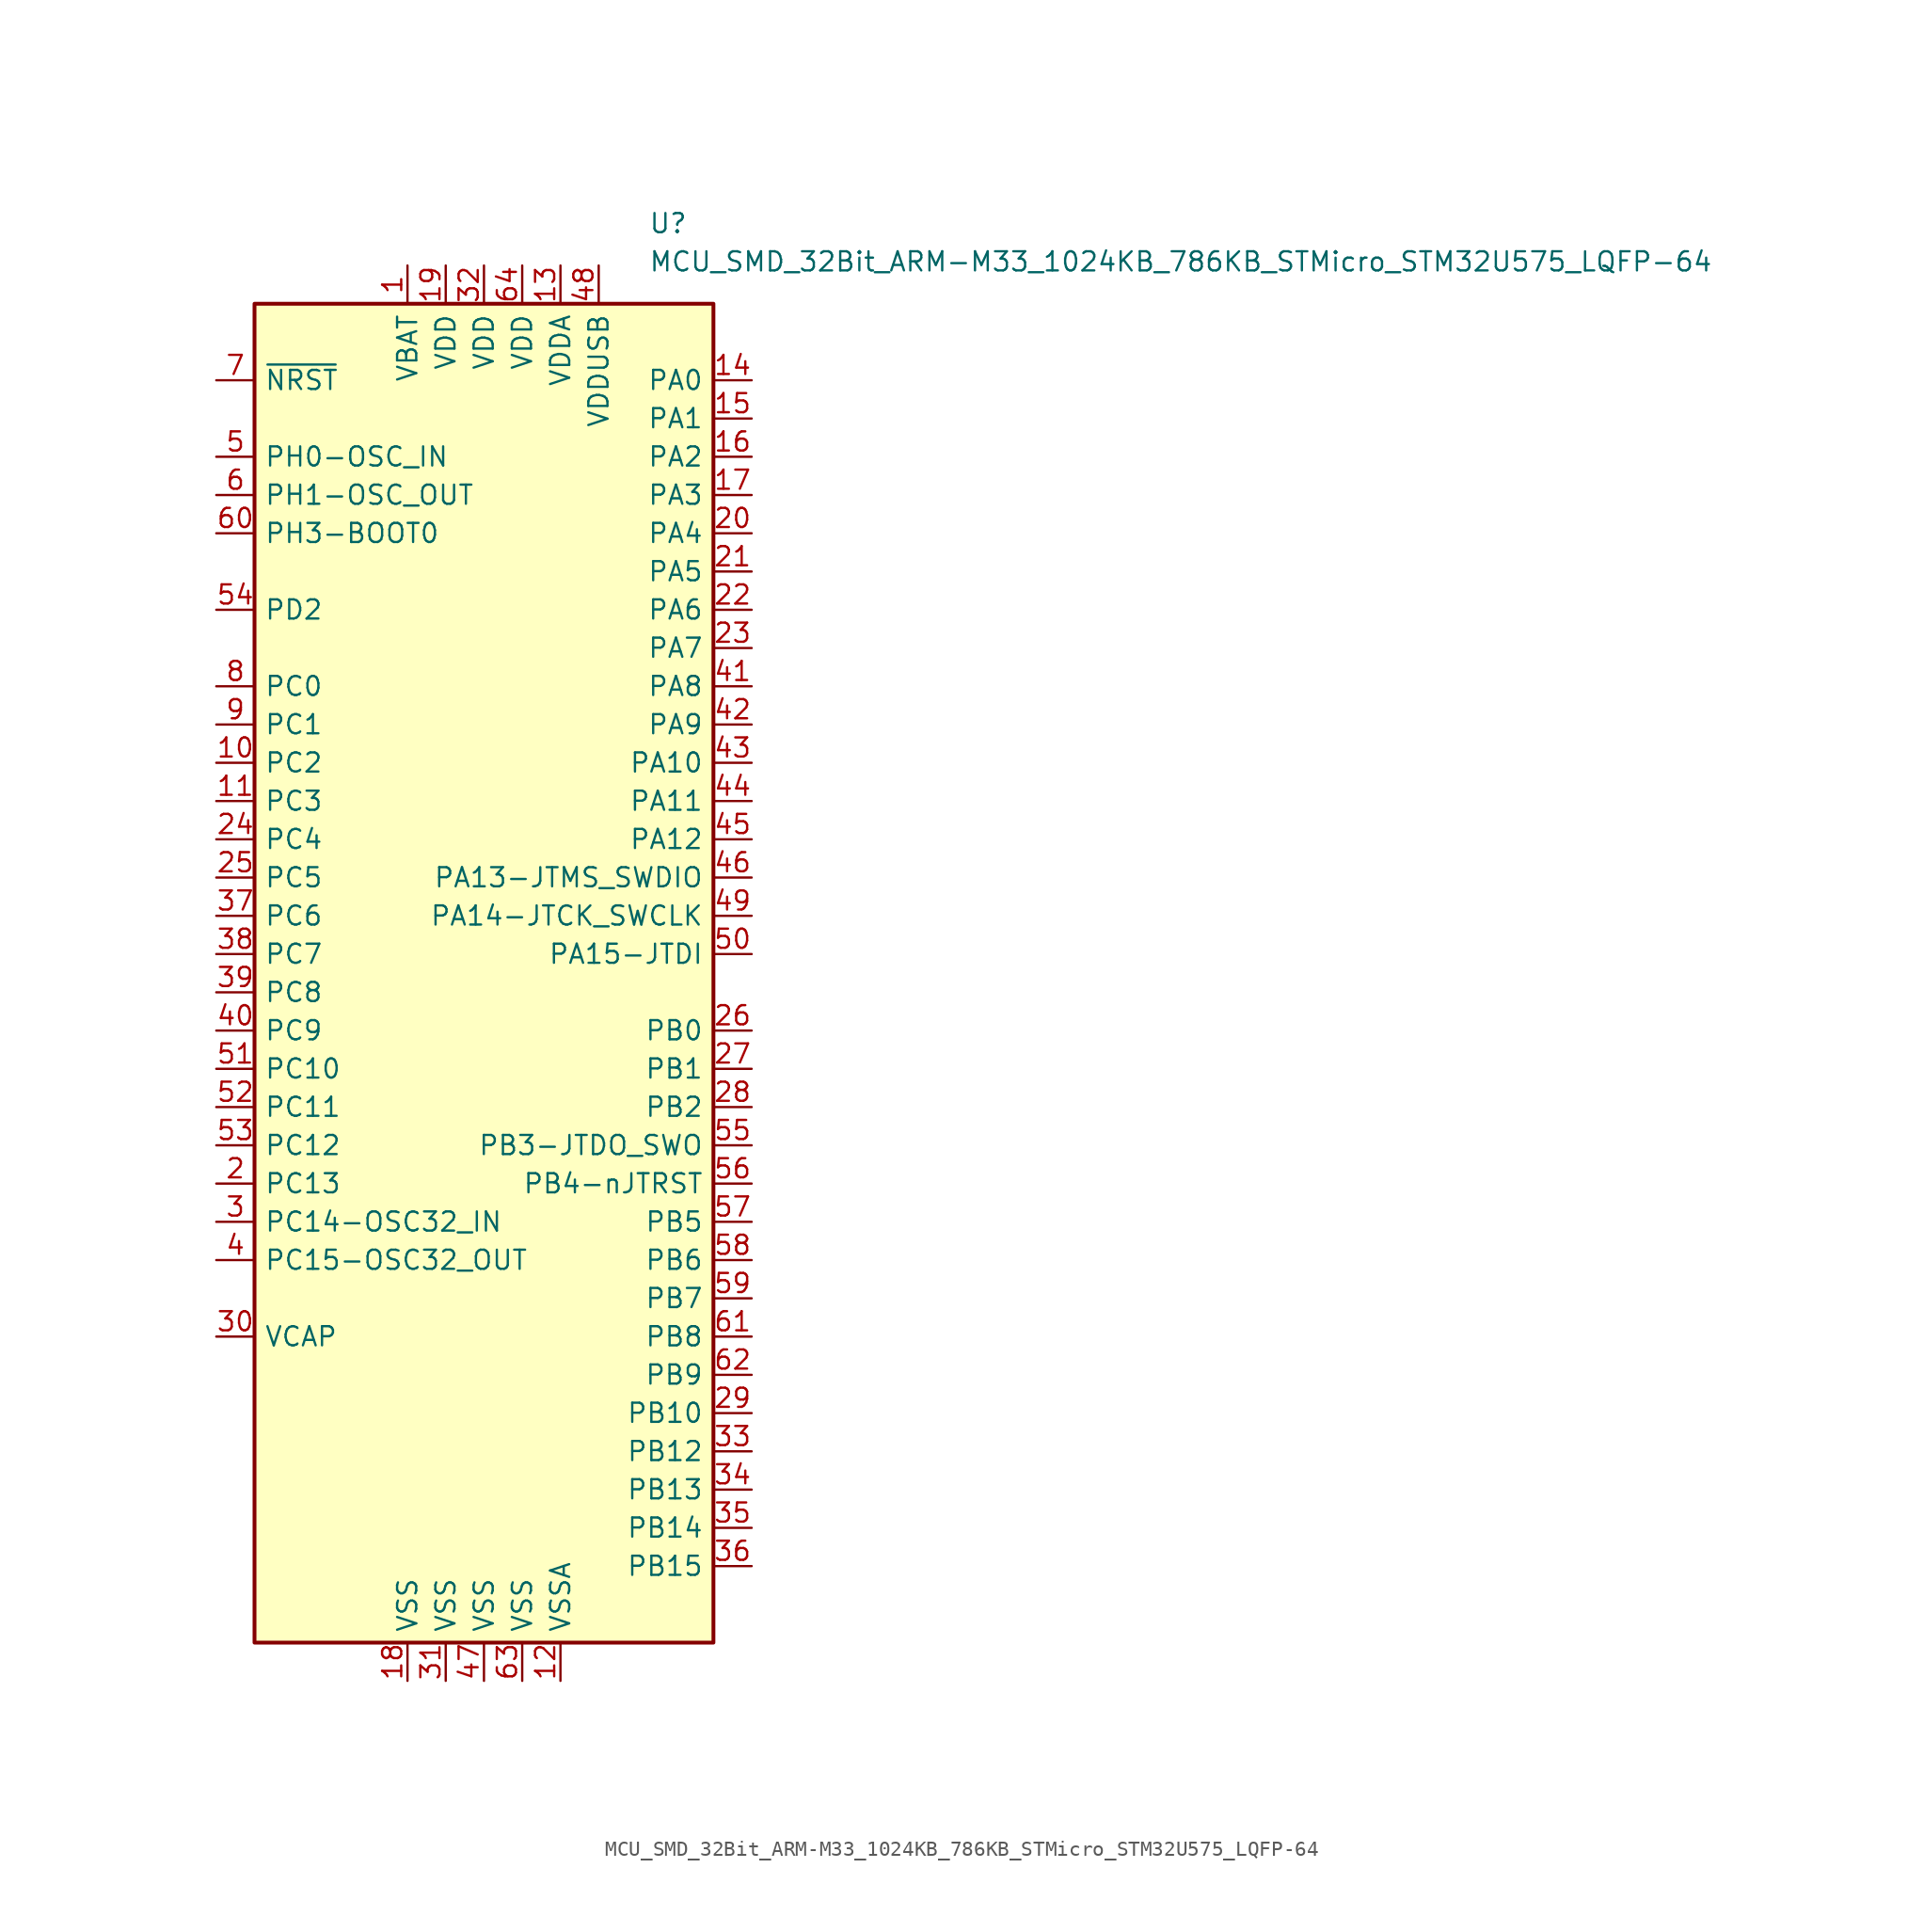
<source format=kicad_sym>
(kicad_symbol_lib
  (version 20241209)
  (generator "kicad_symbol_editor")
  (generator_version "9.0")
  (symbol "MCU_SMD_32Bit_ARM-M33_1024KB_786KB_STMicro_STM32U575_LQFP-64"
    (pin_names
      (offset 0.635))
    (property "Reference" "U"
      (at 10.922 49.784 0)
      (effects (font (size 1.27 1.27)) (justify left)))
    (property "Value" "MCU_SMD_32Bit_ARM-M33_1024KB_786KB_STMicro_STM32U575_LQFP-64"
      (at 10.922 47.244 0)
      (effects (font (size 1.27 1.27)) (justify left)))
    (symbol "MCU_SMD_32Bit_ARM-M33_1024KB_786KB_STMicro_STM32U575_LQFP-64_0_1"
      (rectangle (start -15.24 44.45) (end 15.24 -44.45) (stroke (width 0.254) (type default)) (fill (type background))))
    (symbol "MCU_SMD_32Bit_ARM-M33_1024KB_786KB_STMicro_STM32U575_LQFP-64_1_1"
      (pin input line (at -17.78 39.37 0) (length 2.54) (name "~{NRST}" (effects (font (size 1.27 1.27)))) (number "7" (effects (font (size 1.27 1.27)))))
      (pin bidirectional line (at -17.78 34.29 0) (length 2.54) (name "PH0-OSC_IN" (effects (font (size 1.27 1.27)))) (number "5" (effects (font (size 1.27 1.27)))) (alternate "RCC_OSC_IN" bidirectional line))
      (pin bidirectional line (at -17.78 31.75 0) (length 2.54) (name "PH1-OSC_OUT" (effects (font (size 1.27 1.27)))) (number "6" (effects (font (size 1.27 1.27)))) (alternate "RCC_OSC_OUT" bidirectional line))
      (pin bidirectional line (at -17.78 29.21 0) (length 2.54) (name "PH3-BOOT0" (effects (font (size 1.27 1.27)))) (number "60" (effects (font (size 1.27 1.27)))))
      (pin bidirectional line (at -17.78 24.13 0) (length 2.54) (name "PD2" (effects (font (size 1.27 1.27)))) (number "54" (effects (font (size 1.27 1.27)))) (alternate "DCMI_D11" bidirectional line) (alternate "DEBUG_TRACED2" bidirectional line) (alternate "LPTIM4_ETR" bidirectional line) (alternate "PSSI_D11" bidirectional line) (alternate "SDMMC1_CMD" bidirectional line) (alternate "TIM3_ETR" bidirectional line) (alternate "TSC_SYNC" bidirectional line) (alternate "UART5_RX" bidirectional line) (alternate "USART3_DE" bidirectional line) (alternate "USART3_RTS" bidirectional line))
      (pin bidirectional line (at -17.78 19.05 0) (length 2.54) (name "PC0" (effects (font (size 1.27 1.27)))) (number "8" (effects (font (size 1.27 1.27)))) (alternate "ADC1_IN1" bidirectional line) (alternate "ADC4_IN1" bidirectional line) (alternate "I2C3_SCL" bidirectional line) (alternate "LPTIM1_IN1" bidirectional line) (alternate "LPTIM2_IN1" bidirectional line) (alternate "LPUART1_RX" bidirectional line) (alternate "MDF1_SDI4" bidirectional line) (alternate "OCTOSPIM_P1_IO7" bidirectional line) (alternate "SDMMC1_D5" bidirectional line) (alternate "SPI2_RDY" bidirectional line))
      (pin bidirectional line (at -17.78 16.51 0) (length 2.54) (name "PC1" (effects (font (size 1.27 1.27)))) (number "9" (effects (font (size 1.27 1.27)))) (alternate "ADC1_IN2" bidirectional line) (alternate "ADC4_IN2" bidirectional line) (alternate "DEBUG_TRACED0" bidirectional line) (alternate "I2C3_SDA" bidirectional line) (alternate "LPTIM1_CH1" bidirectional line) (alternate "LPUART1_TX" bidirectional line) (alternate "MDF1_CKI4" bidirectional line) (alternate "OCTOSPIM_P1_IO4" bidirectional line) (alternate "SAI1_SD_A" bidirectional line) (alternate "SDMMC2_CK" bidirectional line) (alternate "SPI2_MOSI" bidirectional line))
      (pin bidirectional line (at -17.78 13.97 0) (length 2.54) (name "PC2" (effects (font (size 1.27 1.27)))) (number "10" (effects (font (size 1.27 1.27)))) (alternate "ADC1_IN3" bidirectional line) (alternate "ADC4_IN3" bidirectional line) (alternate "LPTIM1_IN2" bidirectional line) (alternate "MDF1_CCK1" bidirectional line) (alternate "OCTOSPIM_P1_IO5" bidirectional line) (alternate "SPI2_MISO" bidirectional line))
      (pin bidirectional line (at -17.78 11.43 0) (length 2.54) (name "PC3" (effects (font (size 1.27 1.27)))) (number "11" (effects (font (size 1.27 1.27)))) (alternate "ADC1_IN4" bidirectional line) (alternate "ADC4_IN4" bidirectional line) (alternate "LPTIM1_ETR" bidirectional line) (alternate "LPTIM2_ETR" bidirectional line) (alternate "LPTIM3_CH1" bidirectional line) (alternate "OCTOSPIM_P1_IO6" bidirectional line) (alternate "SAI1_D1" bidirectional line) (alternate "SAI1_SD_A" bidirectional line) (alternate "SPI2_MOSI" bidirectional line))
      (pin bidirectional line (at -17.78 8.89 0) (length 2.54) (name "PC4" (effects (font (size 1.27 1.27)))) (number "24" (effects (font (size 1.27 1.27)))) (alternate "ADC1_IN13" bidirectional line) (alternate "ADC4_IN22" bidirectional line) (alternate "COMP1_INM" bidirectional line) (alternate "OCTOSPIM_P1_IO7" bidirectional line) (alternate "USART3_TX" bidirectional line))
      (pin bidirectional line (at -17.78 6.35 0) (length 2.54) (name "PC5" (effects (font (size 1.27 1.27)))) (number "25" (effects (font (size 1.27 1.27)))) (alternate "ADC1_IN14" bidirectional line) (alternate "ADC4_IN23" bidirectional line) (alternate "COMP1_INP" bidirectional line) (alternate "PSSI_D15" bidirectional line) (alternate "PWR_WKUP5" bidirectional line) (alternate "SAI1_D3" bidirectional line) (alternate "TAMP_IN4" bidirectional line) (alternate "TAMP_OUT5" bidirectional line) (alternate "TIM1_CH4N" bidirectional line) (alternate "USART3_RX" bidirectional line))
      (pin bidirectional line (at -17.78 3.81 0) (length 2.54) (name "PC6" (effects (font (size 1.27 1.27)))) (number "37" (effects (font (size 1.27 1.27)))) (alternate "DCMI_D0" bidirectional line) (alternate "MDF1_CKI3" bidirectional line) (alternate "PSSI_D0" bidirectional line) (alternate "PWR_CSLEEP" bidirectional line) (alternate "SDMMC1_D0DIR" bidirectional line) (alternate "SDMMC1_D6" bidirectional line) (alternate "SDMMC2_D6" bidirectional line) (alternate "TIM3_CH1" bidirectional line) (alternate "TIM8_CH1" bidirectional line) (alternate "TSC_G4_IO1" bidirectional line))
      (pin bidirectional line (at -17.78 1.27 0) (length 2.54) (name "PC7" (effects (font (size 1.27 1.27)))) (number "38" (effects (font (size 1.27 1.27)))) (alternate "DCMI_D1" bidirectional line) (alternate "LPTIM2_CH2" bidirectional line) (alternate "MDF1_SDI3" bidirectional line) (alternate "PSSI_D1" bidirectional line) (alternate "PWR_CDSTOP" bidirectional line) (alternate "SDMMC1_D123DIR" bidirectional line) (alternate "SDMMC1_D7" bidirectional line) (alternate "SDMMC2_D7" bidirectional line) (alternate "TIM3_CH2" bidirectional line) (alternate "TIM8_CH2" bidirectional line) (alternate "TSC_G4_IO2" bidirectional line))
      (pin bidirectional line (at -17.78 -1.27 0) (length 2.54) (name "PC8" (effects (font (size 1.27 1.27)))) (number "39" (effects (font (size 1.27 1.27)))) (alternate "DCMI_D2" bidirectional line) (alternate "LPTIM3_CH1" bidirectional line) (alternate "PSSI_D2" bidirectional line) (alternate "PWR_SRDSTOP" bidirectional line) (alternate "SDMMC1_D0" bidirectional line) (alternate "TIM3_CH3" bidirectional line) (alternate "TIM8_CH3" bidirectional line) (alternate "TSC_G4_IO3" bidirectional line))
      (pin bidirectional line (at -17.78 -3.81 0) (length 2.54) (name "PC9" (effects (font (size 1.27 1.27)))) (number "40" (effects (font (size 1.27 1.27)))) (alternate "DAC1_EXTI9" bidirectional line) (alternate "DCMI_D3" bidirectional line) (alternate "DEBUG_TRACED0" bidirectional line) (alternate "LPTIM3_CH2" bidirectional line) (alternate "PSSI_D3" bidirectional line) (alternate "SDMMC1_D1" bidirectional line) (alternate "TIM3_CH4" bidirectional line) (alternate "TIM8_BKIN2" bidirectional line) (alternate "TIM8_CH4" bidirectional line) (alternate "TSC_G4_IO4" bidirectional line) (alternate "USB_OTG_FS_NOE" bidirectional line))
      (pin bidirectional line (at -17.78 -6.35 0) (length 2.54) (name "PC10" (effects (font (size 1.27 1.27)))) (number "51" (effects (font (size 1.27 1.27)))) (alternate "ADF1_CCK1" bidirectional line) (alternate "DCMI_D8" bidirectional line) (alternate "DEBUG_TRACED1" bidirectional line) (alternate "LPTIM3_ETR" bidirectional line) (alternate "PSSI_D8" bidirectional line) (alternate "SDMMC1_D2" bidirectional line) (alternate "SPI3_SCK" bidirectional line) (alternate "TSC_G3_IO2" bidirectional line) (alternate "UART4_TX" bidirectional line) (alternate "USART3_TX" bidirectional line))
      (pin bidirectional line (at -17.78 -8.89 0) (length 2.54) (name "PC11" (effects (font (size 1.27 1.27)))) (number "52" (effects (font (size 1.27 1.27)))) (alternate "ADC1_EXTI11" bidirectional line) (alternate "ADF1_SDI0" bidirectional line) (alternate "DCMI_D2" bidirectional line) (alternate "DCMI_D4" bidirectional line) (alternate "LPTIM3_IN1" bidirectional line) (alternate "OCTOSPIM_P1_NCS" bidirectional line) (alternate "PSSI_D2" bidirectional line) (alternate "PSSI_D4" bidirectional line) (alternate "SDMMC1_D3" bidirectional line) (alternate "SPI3_MISO" bidirectional line) (alternate "TSC_G3_IO3" bidirectional line) (alternate "UART4_RX" bidirectional line) (alternate "UCPD1_FRSTX2" bidirectional line) (alternate "USART3_RX" bidirectional line))
      (pin bidirectional line (at -17.78 -11.43 0) (length 2.54) (name "PC12" (effects (font (size 1.27 1.27)))) (number "53" (effects (font (size 1.27 1.27)))) (alternate "DCMI_D9" bidirectional line) (alternate "DEBUG_TRACED3" bidirectional line) (alternate "PSSI_D9" bidirectional line) (alternate "SDMMC1_CK" bidirectional line) (alternate "SPI3_MOSI" bidirectional line) (alternate "TSC_G3_IO4" bidirectional line) (alternate "UART5_TX" bidirectional line) (alternate "USART3_CK" bidirectional line))
      (pin bidirectional line (at -17.78 -13.97 0) (length 2.54) (name "PC13" (effects (font (size 1.27 1.27)))) (number "2" (effects (font (size 1.27 1.27)))) (alternate "PWR_WKUP2" bidirectional line) (alternate "RTC_OUT1" bidirectional line) (alternate "RTC_TS" bidirectional line) (alternate "TAMP_IN1" bidirectional line) (alternate "TAMP_OUT2" bidirectional line))
      (pin bidirectional line (at -17.78 -16.51 0) (length 2.54) (name "PC14-OSC32_IN" (effects (font (size 1.27 1.27)))) (number "3" (effects (font (size 1.27 1.27)))) (alternate "RCC_OSC32_IN" bidirectional line))
      (pin bidirectional line (at -17.78 -19.05 0) (length 2.54) (name "PC15-OSC32_OUT" (effects (font (size 1.27 1.27)))) (number "4" (effects (font (size 1.27 1.27)))) (alternate "ADC1_EXTI15" bidirectional line) (alternate "ADC4_EXTI15" bidirectional line) (alternate "RCC_OSC32_OUT" bidirectional line))
      (pin power_out line (at -17.78 -24.13 0) (length 2.54) (name "VCAP" (effects (font (size 1.27 1.27)))) (number "30" (effects (font (size 1.27 1.27)))))
      (pin power_in line (at -5.08 46.99 270) (length 2.54) (name "VBAT" (effects (font (size 1.27 1.27)))) (number "1" (effects (font (size 1.27 1.27)))))
      (pin power_in line (at -5.08 -46.99 90) (length 2.54) (name "VSS" (effects (font (size 1.27 1.27)))) (number "18" (effects (font (size 1.27 1.27)))))
      (pin power_in line (at -2.54 46.99 270) (length 2.54) (name "VDD" (effects (font (size 1.27 1.27)))) (number "19" (effects (font (size 1.27 1.27)))))
      (pin passive line (at -2.54 -46.99 90) (length 2.54) (name "VSS" (effects (font (size 1.27 1.27)))) (number "31" (effects (font (size 1.27 1.27)))))
      (pin power_in line (at 0 46.99 270) (length 2.54) (name "VDD" (effects (font (size 1.27 1.27)))) (number "32" (effects (font (size 1.27 1.27)))))
      (pin passive line (at 0 -46.99 90) (length 2.54) (name "VSS" (effects (font (size 1.27 1.27)))) (number "47" (effects (font (size 1.27 1.27)))))
      (pin power_in line (at 2.54 46.99 270) (length 2.54) (name "VDD" (effects (font (size 1.27 1.27)))) (number "64" (effects (font (size 1.27 1.27)))))
      (pin passive line (at 2.54 -46.99 90) (length 2.54) (name "VSS" (effects (font (size 1.27 1.27)))) (number "63" (effects (font (size 1.27 1.27)))))
      (pin power_in line (at 5.08 46.99 270) (length 2.54) (name "VDDA" (effects (font (size 1.27 1.27)))) (number "13" (effects (font (size 1.27 1.27)))))
      (pin power_in line (at 5.08 -46.99 90) (length 2.54) (name "VSSA" (effects (font (size 1.27 1.27)))) (number "12" (effects (font (size 1.27 1.27)))))
      (pin power_in line (at 7.62 46.99 270) (length 2.54) (name "VDDUSB" (effects (font (size 1.27 1.27)))) (number "48" (effects (font (size 1.27 1.27)))))
      (pin bidirectional line (at 17.78 39.37 180) (length 2.54) (name "PA0" (effects (font (size 1.27 1.27)))) (number "14" (effects (font (size 1.27 1.27)))) (alternate "ADC1_IN5" bidirectional line) (alternate "AUDIOCLK" bidirectional line) (alternate "OCTOSPIM_P2_NCS" bidirectional line) (alternate "OPAMP1_VINP" bidirectional line) (alternate "PWR_WKUP1" bidirectional line) (alternate "SDMMC2_CMD" bidirectional line) (alternate "SPI3_RDY" bidirectional line) (alternate "TAMP_IN2" bidirectional line) (alternate "TAMP_OUT1" bidirectional line) (alternate "TIM2_CH1" bidirectional line) (alternate "TIM2_ETR" bidirectional line) (alternate "TIM5_CH1" bidirectional line) (alternate "TIM8_ETR" bidirectional line) (alternate "UART4_TX" bidirectional line) (alternate "USART2_CTS" bidirectional line))
      (pin bidirectional line (at 17.78 36.83 180) (length 2.54) (name "PA1" (effects (font (size 1.27 1.27)))) (number "15" (effects (font (size 1.27 1.27)))) (alternate "ADC1_IN6" bidirectional line) (alternate "I2C1_SMBA" bidirectional line) (alternate "LPTIM1_CH2" bidirectional line) (alternate "OCTOSPIM_P1_DQS" bidirectional line) (alternate "OPAMP1_VINM" bidirectional line) (alternate "PWR_WKUP3" bidirectional line) (alternate "SPI1_SCK" bidirectional line) (alternate "TAMP_IN5" bidirectional line) (alternate "TAMP_OUT4" bidirectional line) (alternate "TIM15_CH1N" bidirectional line) (alternate "TIM2_CH2" bidirectional line) (alternate "TIM5_CH2" bidirectional line) (alternate "UART4_RX" bidirectional line) (alternate "USART2_DE" bidirectional line) (alternate "USART2_RTS" bidirectional line))
      (pin bidirectional line (at 17.78 34.29 180) (length 2.54) (name "PA2" (effects (font (size 1.27 1.27)))) (number "16" (effects (font (size 1.27 1.27)))) (alternate "ADC1_IN7" bidirectional line) (alternate "COMP1_INP" bidirectional line) (alternate "LPUART1_TX" bidirectional line) (alternate "OCTOSPIM_P1_NCS" bidirectional line) (alternate "PWR_WKUP4" bidirectional line) (alternate "RCC_LSCO" bidirectional line) (alternate "SPI1_RDY" bidirectional line) (alternate "TIM15_CH1" bidirectional line) (alternate "TIM2_CH3" bidirectional line) (alternate "TIM5_CH3" bidirectional line) (alternate "UCPD1_FRSTX1" bidirectional line) (alternate "USART2_TX" bidirectional line))
      (pin bidirectional line (at 17.78 31.75 180) (length 2.54) (name "PA3" (effects (font (size 1.27 1.27)))) (number "17" (effects (font (size 1.27 1.27)))) (alternate "ADC1_IN8" bidirectional line) (alternate "LPUART1_RX" bidirectional line) (alternate "OCTOSPIM_P1_CLK" bidirectional line) (alternate "OPAMP1_VOUT" bidirectional line) (alternate "PWR_WKUP5" bidirectional line) (alternate "SAI1_CK1" bidirectional line) (alternate "SAI1_MCLK_A" bidirectional line) (alternate "TIM15_CH2" bidirectional line) (alternate "TIM2_CH4" bidirectional line) (alternate "TIM5_CH4" bidirectional line) (alternate "USART2_RX" bidirectional line))
      (pin bidirectional line (at 17.78 29.21 180) (length 2.54) (name "PA4" (effects (font (size 1.27 1.27)))) (number "20" (effects (font (size 1.27 1.27)))) (alternate "ADC1_IN9" bidirectional line) (alternate "ADC4_IN9" bidirectional line) (alternate "DAC1_OUT1" bidirectional line) (alternate "DCMI_HSYNC" bidirectional line) (alternate "LPTIM2_CH1" bidirectional line) (alternate "OCTOSPIM_P1_NCS" bidirectional line) (alternate "PSSI_DE" bidirectional line) (alternate "PWR_WKUP2" bidirectional line) (alternate "SAI1_FS_B" bidirectional line) (alternate "SPI1_NSS" bidirectional line) (alternate "SPI3_NSS" bidirectional line) (alternate "USART2_CK" bidirectional line))
      (pin bidirectional line (at 17.78 26.67 180) (length 2.54) (name "PA5" (effects (font (size 1.27 1.27)))) (number "21" (effects (font (size 1.27 1.27)))) (alternate "ADC1_IN10" bidirectional line) (alternate "ADC4_IN10" bidirectional line) (alternate "DAC1_OUT2" bidirectional line) (alternate "LPTIM2_ETR" bidirectional line) (alternate "PSSI_D14" bidirectional line) (alternate "PWR_CSLEEP" bidirectional line) (alternate "PWR_WKUP6" bidirectional line) (alternate "SPI1_SCK" bidirectional line) (alternate "TIM2_CH1" bidirectional line) (alternate "TIM2_ETR" bidirectional line) (alternate "TIM8_CH1N" bidirectional line) (alternate "USART3_RX" bidirectional line))
      (pin bidirectional line (at 17.78 24.13 180) (length 2.54) (name "PA6" (effects (font (size 1.27 1.27)))) (number "22" (effects (font (size 1.27 1.27)))) (alternate "ADC1_IN11" bidirectional line) (alternate "ADC4_IN11" bidirectional line) (alternate "DCMI_PIXCLK" bidirectional line) (alternate "LPUART1_CTS" bidirectional line) (alternate "OCTOSPIM_P1_IO3" bidirectional line) (alternate "OPAMP2_VINP" bidirectional line) (alternate "PSSI_PDCK" bidirectional line) (alternate "PWR_CDSTOP" bidirectional line) (alternate "PWR_WKUP7" bidirectional line) (alternate "SPI1_MISO" bidirectional line) (alternate "TIM16_CH1" bidirectional line) (alternate "TIM1_BKIN" bidirectional line) (alternate "TIM3_CH1" bidirectional line) (alternate "TIM8_BKIN" bidirectional line) (alternate "USART3_CTS" bidirectional line))
      (pin bidirectional line (at 17.78 21.59 180) (length 2.54) (name "PA7" (effects (font (size 1.27 1.27)))) (number "23" (effects (font (size 1.27 1.27)))) (alternate "ADC1_IN12" bidirectional line) (alternate "ADC4_IN20" bidirectional line) (alternate "I2C3_SCL" bidirectional line) (alternate "LPTIM2_CH2" bidirectional line) (alternate "OCTOSPIM_P1_IO2" bidirectional line) (alternate "OPAMP2_VINM" bidirectional line) (alternate "PWR_SRDSTOP" bidirectional line) (alternate "PWR_WKUP8" bidirectional line) (alternate "SPI1_MOSI" bidirectional line) (alternate "TIM17_CH1" bidirectional line) (alternate "TIM1_CH1N" bidirectional line) (alternate "TIM3_CH2" bidirectional line) (alternate "TIM8_CH1N" bidirectional line) (alternate "USART3_TX" bidirectional line))
      (pin bidirectional line (at 17.78 19.05 180) (length 2.54) (name "PA8" (effects (font (size 1.27 1.27)))) (number "41" (effects (font (size 1.27 1.27)))) (alternate "DEBUG_TRACECLK" bidirectional line) (alternate "LPTIM2_CH1" bidirectional line) (alternate "RCC_MCO" bidirectional line) (alternate "SAI1_CK2" bidirectional line) (alternate "SAI1_SCK_A" bidirectional line) (alternate "SPI1_RDY" bidirectional line) (alternate "TIM1_CH1" bidirectional line) (alternate "USART1_CK" bidirectional line) (alternate "USB_OTG_FS_SOF" bidirectional line))
      (pin bidirectional line (at 17.78 16.51 180) (length 2.54) (name "PA9" (effects (font (size 1.27 1.27)))) (number "42" (effects (font (size 1.27 1.27)))) (alternate "DAC1_EXTI9" bidirectional line) (alternate "DCMI_D0" bidirectional line) (alternate "PSSI_D0" bidirectional line) (alternate "SAI1_FS_A" bidirectional line) (alternate "SPI2_SCK" bidirectional line) (alternate "TIM15_BKIN" bidirectional line) (alternate "TIM1_CH2" bidirectional line) (alternate "USART1_TX" bidirectional line) (alternate "USB_OTG_FS_VBUS" bidirectional line))
      (pin bidirectional line (at 17.78 13.97 180) (length 2.54) (name "PA10" (effects (font (size 1.27 1.27)))) (number "43" (effects (font (size 1.27 1.27)))) (alternate "CRS_SYNC" bidirectional line) (alternate "DCMI_D1" bidirectional line) (alternate "LPTIM2_IN2" bidirectional line) (alternate "PSSI_D1" bidirectional line) (alternate "SAI1_D1" bidirectional line) (alternate "SAI1_SD_A" bidirectional line) (alternate "TIM17_BKIN" bidirectional line) (alternate "TIM1_CH3" bidirectional line) (alternate "USART1_RX" bidirectional line) (alternate "USB_OTG_FS_ID" bidirectional line))
      (pin bidirectional line (at 17.78 11.43 180) (length 2.54) (name "PA11" (effects (font (size 1.27 1.27)))) (number "44" (effects (font (size 1.27 1.27)))) (alternate "ADC1_EXTI11" bidirectional line) (alternate "FDCAN1_RX" bidirectional line) (alternate "SPI1_MISO" bidirectional line) (alternate "TIM1_BKIN2" bidirectional line) (alternate "TIM1_CH4" bidirectional line) (alternate "USART1_CTS" bidirectional line) (alternate "USB_OTG_FS_DM" bidirectional line))
      (pin bidirectional line (at 17.78 8.89 180) (length 2.54) (name "PA12" (effects (font (size 1.27 1.27)))) (number "45" (effects (font (size 1.27 1.27)))) (alternate "FDCAN1_TX" bidirectional line) (alternate "OCTOSPIM_P2_NCS" bidirectional line) (alternate "SPI1_MOSI" bidirectional line) (alternate "TIM1_ETR" bidirectional line) (alternate "USART1_DE" bidirectional line) (alternate "USART1_RTS" bidirectional line) (alternate "USB_OTG_FS_DP" bidirectional line))
      (pin bidirectional line (at 17.78 6.35 180) (length 2.54) (name "PA13-JTMS_SWDIO" (effects (font (size 1.27 1.27)))) (number "46" (effects (font (size 1.27 1.27)))) (alternate "DEBUG_JTMS-SWDIO" bidirectional line) (alternate "IR_OUT" bidirectional line) (alternate "SAI1_SD_B" bidirectional line) (alternate "USB_OTG_FS_NOE" bidirectional line))
      (pin bidirectional line (at 17.78 3.81 180) (length 2.54) (name "PA14-JTCK_SWCLK" (effects (font (size 1.27 1.27)))) (number "49" (effects (font (size 1.27 1.27)))) (alternate "DEBUG_JTCK-SWCLK" bidirectional line) (alternate "I2C1_SMBA" bidirectional line) (alternate "I2C4_SMBA" bidirectional line) (alternate "LPTIM1_CH1" bidirectional line) (alternate "SAI1_FS_B" bidirectional line) (alternate "USB_OTG_FS_SOF" bidirectional line))
      (pin bidirectional line (at 17.78 1.27 180) (length 2.54) (name "PA15-JTDI" (effects (font (size 1.27 1.27)))) (number "50" (effects (font (size 1.27 1.27)))) (alternate "ADC1_EXTI15" bidirectional line) (alternate "ADC4_EXTI15" bidirectional line) (alternate "DEBUG_JTDI" bidirectional line) (alternate "SPI1_NSS" bidirectional line) (alternate "SPI3_NSS" bidirectional line) (alternate "TIM2_CH1" bidirectional line) (alternate "TIM2_ETR" bidirectional line) (alternate "UART4_DE" bidirectional line) (alternate "UART4_RTS" bidirectional line) (alternate "UCPD1_CC1" bidirectional line) (alternate "USART2_RX" bidirectional line) (alternate "USART3_DE" bidirectional line) (alternate "USART3_RTS" bidirectional line))
      (pin bidirectional line (at 17.78 -3.81 180) (length 2.54) (name "PB0" (effects (font (size 1.27 1.27)))) (number "26" (effects (font (size 1.27 1.27)))) (alternate "ADC1_IN15" bidirectional line) (alternate "ADC4_IN18" bidirectional line) (alternate "AUDIOCLK" bidirectional line) (alternate "COMP1_OUT" bidirectional line) (alternate "LPTIM3_CH1" bidirectional line) (alternate "OCTOSPIM_P1_IO1" bidirectional line) (alternate "OPAMP2_VOUT" bidirectional line) (alternate "SPI1_NSS" bidirectional line) (alternate "TIM1_CH2N" bidirectional line) (alternate "TIM3_CH3" bidirectional line) (alternate "TIM8_CH2N" bidirectional line) (alternate "USART3_CK" bidirectional line))
      (pin bidirectional line (at 17.78 -6.35 180) (length 2.54) (name "PB1" (effects (font (size 1.27 1.27)))) (number "27" (effects (font (size 1.27 1.27)))) (alternate "ADC1_IN16" bidirectional line) (alternate "ADC4_IN19" bidirectional line) (alternate "COMP1_INM" bidirectional line) (alternate "LPTIM2_IN1" bidirectional line) (alternate "LPTIM3_CH2" bidirectional line) (alternate "LPUART1_DE" bidirectional line) (alternate "LPUART1_RTS" bidirectional line) (alternate "MDF1_SDI0" bidirectional line) (alternate "OCTOSPIM_P1_IO0" bidirectional line) (alternate "PWR_WKUP4" bidirectional line) (alternate "TIM1_CH3N" bidirectional line) (alternate "TIM3_CH4" bidirectional line) (alternate "TIM8_CH3N" bidirectional line) (alternate "USART3_DE" bidirectional line) (alternate "USART3_RTS" bidirectional line))
      (pin bidirectional line (at 17.78 -8.89 180) (length 2.54) (name "PB2" (effects (font (size 1.27 1.27)))) (number "28" (effects (font (size 1.27 1.27)))) (alternate "ADC1_IN17" bidirectional line) (alternate "COMP1_INP" bidirectional line) (alternate "I2C3_SMBA" bidirectional line) (alternate "LPTIM1_CH1" bidirectional line) (alternate "MDF1_CKI0" bidirectional line) (alternate "OCTOSPIM_P1_DQS" bidirectional line) (alternate "PWR_WKUP1" bidirectional line) (alternate "RTC_OUT2" bidirectional line) (alternate "SPI1_RDY" bidirectional line) (alternate "TIM8_CH4N" bidirectional line) (alternate "UCPD1_FRSTX1" bidirectional line))
      (pin bidirectional line (at 17.78 -11.43 180) (length 2.54) (name "PB3-JTDO_SWO" (effects (font (size 1.27 1.27)))) (number "55" (effects (font (size 1.27 1.27)))) (alternate "ADF1_CCK0" bidirectional line) (alternate "COMP2_INM" bidirectional line) (alternate "CRS_SYNC" bidirectional line) (alternate "DEBUG_JTDO-SWO" bidirectional line) (alternate "I2C1_SDA" bidirectional line) (alternate "LPTIM1_CH1" bidirectional line) (alternate "SAI1_SCK_B" bidirectional line) (alternate "SDMMC2_D2" bidirectional line) (alternate "SPI1_SCK" bidirectional line) (alternate "SPI3_SCK" bidirectional line) (alternate "TIM2_CH2" bidirectional line) (alternate "USART1_DE" bidirectional line) (alternate "USART1_RTS" bidirectional line))
      (pin bidirectional line (at 17.78 -13.97 180) (length 2.54) (name "PB4-nJTRST" (effects (font (size 1.27 1.27)))) (number "56" (effects (font (size 1.27 1.27)))) (alternate "ADF1_SDI0" bidirectional line) (alternate "COMP2_INP" bidirectional line) (alternate "DCMI_D12" bidirectional line) (alternate "DEBUG_JTRST" bidirectional line) (alternate "I2C3_SDA" bidirectional line) (alternate "LPTIM1_CH2" bidirectional line) (alternate "PSSI_D12" bidirectional line) (alternate "SAI1_MCLK_B" bidirectional line) (alternate "SDMMC2_D3" bidirectional line) (alternate "SPI1_MISO" bidirectional line) (alternate "SPI3_MISO" bidirectional line) (alternate "TIM17_BKIN" bidirectional line) (alternate "TIM3_CH1" bidirectional line) (alternate "TSC_G2_IO1" bidirectional line) (alternate "UART5_DE" bidirectional line) (alternate "UART5_RTS" bidirectional line) (alternate "USART1_CTS" bidirectional line))
      (pin bidirectional line (at 17.78 -16.51 180) (length 2.54) (name "PB5" (effects (font (size 1.27 1.27)))) (number "57" (effects (font (size 1.27 1.27)))) (alternate "COMP2_OUT" bidirectional line) (alternate "DCMI_D10" bidirectional line) (alternate "I2C1_SMBA" bidirectional line) (alternate "LPTIM1_IN1" bidirectional line) (alternate "OCTOSPIM_P1_NCLK" bidirectional line) (alternate "PSSI_D10" bidirectional line) (alternate "PWR_WKUP6" bidirectional line) (alternate "SAI1_SD_B" bidirectional line) (alternate "SPI1_MOSI" bidirectional line) (alternate "SPI3_MOSI" bidirectional line) (alternate "TIM16_BKIN" bidirectional line) (alternate "TIM3_CH2" bidirectional line) (alternate "TSC_G2_IO2" bidirectional line) (alternate "UART5_CTS" bidirectional line) (alternate "UCPD1_DBCC1" bidirectional line) (alternate "USART1_CK" bidirectional line))
      (pin bidirectional line (at 17.78 -19.05 180) (length 2.54) (name "PB6" (effects (font (size 1.27 1.27)))) (number "58" (effects (font (size 1.27 1.27)))) (alternate "COMP2_INP" bidirectional line) (alternate "DCMI_D5" bidirectional line) (alternate "I2C1_SCL" bidirectional line) (alternate "I2C4_SCL" bidirectional line) (alternate "LPTIM1_ETR" bidirectional line) (alternate "MDF1_SDI5" bidirectional line) (alternate "PSSI_D5" bidirectional line) (alternate "PWR_WKUP3" bidirectional line) (alternate "SAI1_FS_B" bidirectional line) (alternate "TIM16_CH1N" bidirectional line) (alternate "TIM4_CH1" bidirectional line) (alternate "TIM8_BKIN2" bidirectional line) (alternate "TSC_G2_IO3" bidirectional line) (alternate "USART1_TX" bidirectional line))
      (pin bidirectional line (at 17.78 -21.59 180) (length 2.54) (name "PB7" (effects (font (size 1.27 1.27)))) (number "59" (effects (font (size 1.27 1.27)))) (alternate "COMP2_INM" bidirectional line) (alternate "DCMI_VSYNC" bidirectional line) (alternate "I2C1_SDA" bidirectional line) (alternate "I2C4_SDA" bidirectional line) (alternate "LPTIM1_IN2" bidirectional line) (alternate "MDF1_CKI5" bidirectional line) (alternate "PSSI_RDY" bidirectional line) (alternate "PWR_PVD_IN" bidirectional line) (alternate "PWR_WKUP4" bidirectional line) (alternate "TIM17_CH1N" bidirectional line) (alternate "TIM4_CH2" bidirectional line) (alternate "TIM8_BKIN" bidirectional line) (alternate "TSC_G2_IO4" bidirectional line) (alternate "UART4_CTS" bidirectional line) (alternate "USART1_RX" bidirectional line))
      (pin bidirectional line (at 17.78 -24.13 180) (length 2.54) (name "PB8" (effects (font (size 1.27 1.27)))) (number "61" (effects (font (size 1.27 1.27)))) (alternate "DCMI_D6" bidirectional line) (alternate "FDCAN1_RX" bidirectional line) (alternate "I2C1_SCL" bidirectional line) (alternate "MDF1_CCK0" bidirectional line) (alternate "PSSI_D6" bidirectional line) (alternate "PWR_WKUP5" bidirectional line) (alternate "SAI1_CK1" bidirectional line) (alternate "SAI1_MCLK_A" bidirectional line) (alternate "SDMMC1_CKIN" bidirectional line) (alternate "SDMMC1_D4" bidirectional line) (alternate "SDMMC2_D4" bidirectional line) (alternate "SPI3_RDY" bidirectional line) (alternate "TIM16_CH1" bidirectional line) (alternate "TIM4_CH3" bidirectional line))
      (pin bidirectional line (at 17.78 -26.67 180) (length 2.54) (name "PB9" (effects (font (size 1.27 1.27)))) (number "62" (effects (font (size 1.27 1.27)))) (alternate "DAC1_EXTI9" bidirectional line) (alternate "DCMI_D7" bidirectional line) (alternate "FDCAN1_TX" bidirectional line) (alternate "I2C1_SDA" bidirectional line) (alternate "IR_OUT" bidirectional line) (alternate "PSSI_D7" bidirectional line) (alternate "SAI1_D2" bidirectional line) (alternate "SAI1_FS_A" bidirectional line) (alternate "SDMMC1_CDIR" bidirectional line) (alternate "SDMMC1_D5" bidirectional line) (alternate "SDMMC2_D5" bidirectional line) (alternate "SPI2_NSS" bidirectional line) (alternate "TIM17_CH1" bidirectional line) (alternate "TIM4_CH4" bidirectional line))
      (pin bidirectional line (at 17.78 -29.21 180) (length 2.54) (name "PB10" (effects (font (size 1.27 1.27)))) (number "29" (effects (font (size 1.27 1.27)))) (alternate "COMP1_OUT" bidirectional line) (alternate "I2C2_SCL" bidirectional line) (alternate "I2C4_SCL" bidirectional line) (alternate "LPTIM3_CH1" bidirectional line) (alternate "LPUART1_RX" bidirectional line) (alternate "OCTOSPIM_P1_CLK" bidirectional line) (alternate "PWR_WKUP8" bidirectional line) (alternate "SAI1_SCK_A" bidirectional line) (alternate "SPI2_SCK" bidirectional line) (alternate "TIM2_CH3" bidirectional line) (alternate "TSC_SYNC" bidirectional line) (alternate "USART3_TX" bidirectional line))
      (pin bidirectional line (at 17.78 -31.75 180) (length 2.54) (name "PB12" (effects (font (size 1.27 1.27)))) (number "33" (effects (font (size 1.27 1.27)))) (alternate "I2C2_SMBA" bidirectional line) (alternate "LPUART1_DE" bidirectional line) (alternate "LPUART1_RTS" bidirectional line) (alternate "MDF1_SDI1" bidirectional line) (alternate "OCTOSPIM_P1_NCLK" bidirectional line) (alternate "SPI2_NSS" bidirectional line) (alternate "TIM15_BKIN" bidirectional line) (alternate "TIM1_BKIN" bidirectional line) (alternate "TSC_G1_IO1" bidirectional line) (alternate "USART3_CK" bidirectional line))
      (pin bidirectional line (at 17.78 -34.29 180) (length 2.54) (name "PB13" (effects (font (size 1.27 1.27)))) (number "34" (effects (font (size 1.27 1.27)))) (alternate "I2C2_SCL" bidirectional line) (alternate "LPTIM3_IN1" bidirectional line) (alternate "LPUART1_CTS" bidirectional line) (alternate "MDF1_CKI1" bidirectional line) (alternate "SPI2_SCK" bidirectional line) (alternate "TIM15_CH1N" bidirectional line) (alternate "TIM1_CH1N" bidirectional line) (alternate "TSC_G1_IO2" bidirectional line) (alternate "USART3_CTS" bidirectional line))
      (pin bidirectional line (at 17.78 -36.83 180) (length 2.54) (name "PB14" (effects (font (size 1.27 1.27)))) (number "35" (effects (font (size 1.27 1.27)))) (alternate "I2C2_SDA" bidirectional line) (alternate "LPTIM3_ETR" bidirectional line) (alternate "MDF1_SDI2" bidirectional line) (alternate "SDMMC2_D0" bidirectional line) (alternate "SPI2_MISO" bidirectional line) (alternate "TIM15_CH1" bidirectional line) (alternate "TIM1_CH2N" bidirectional line) (alternate "TIM8_CH2N" bidirectional line) (alternate "TSC_G1_IO3" bidirectional line) (alternate "UCPD1_DBCC2" bidirectional line) (alternate "USART3_DE" bidirectional line) (alternate "USART3_RTS" bidirectional line))
      (pin bidirectional line (at 17.78 -39.37 180) (length 2.54) (name "PB15" (effects (font (size 1.27 1.27)))) (number "36" (effects (font (size 1.27 1.27)))) (alternate "ADC1_EXTI15" bidirectional line) (alternate "ADC4_EXTI15" bidirectional line) (alternate "LPTIM2_IN2" bidirectional line) (alternate "MDF1_CKI2" bidirectional line) (alternate "PWR_WKUP7" bidirectional line) (alternate "RTC_REFIN" bidirectional line) (alternate "SDMMC2_D1" bidirectional line) (alternate "SPI2_MOSI" bidirectional line) (alternate "TIM15_CH2" bidirectional line) (alternate "TIM1_CH3N" bidirectional line) (alternate "TIM8_CH3N" bidirectional line) (alternate "UCPD1_CC2" bidirectional line)))))
</source>
